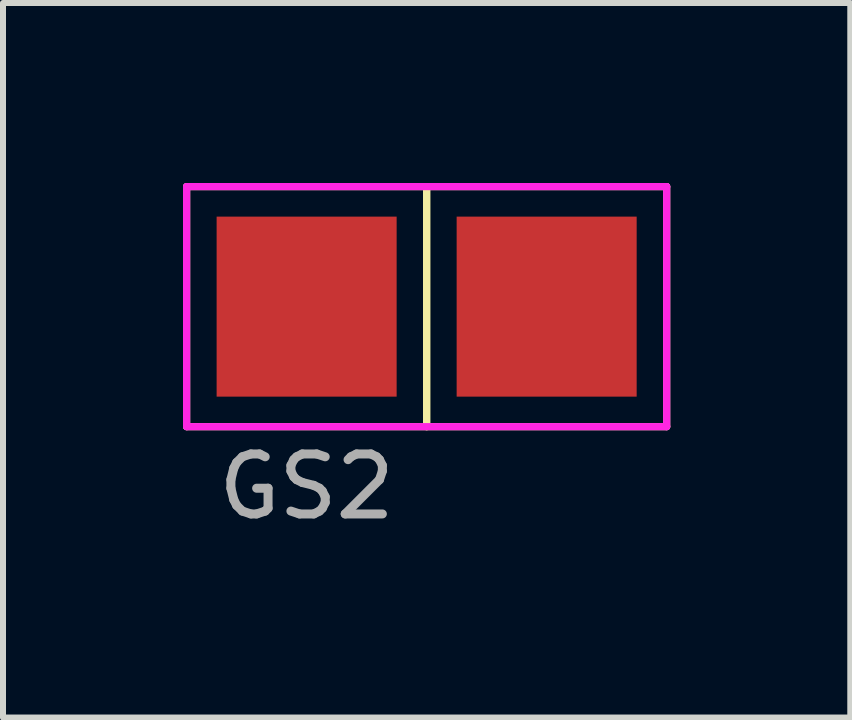
<source format=kicad_pcb>
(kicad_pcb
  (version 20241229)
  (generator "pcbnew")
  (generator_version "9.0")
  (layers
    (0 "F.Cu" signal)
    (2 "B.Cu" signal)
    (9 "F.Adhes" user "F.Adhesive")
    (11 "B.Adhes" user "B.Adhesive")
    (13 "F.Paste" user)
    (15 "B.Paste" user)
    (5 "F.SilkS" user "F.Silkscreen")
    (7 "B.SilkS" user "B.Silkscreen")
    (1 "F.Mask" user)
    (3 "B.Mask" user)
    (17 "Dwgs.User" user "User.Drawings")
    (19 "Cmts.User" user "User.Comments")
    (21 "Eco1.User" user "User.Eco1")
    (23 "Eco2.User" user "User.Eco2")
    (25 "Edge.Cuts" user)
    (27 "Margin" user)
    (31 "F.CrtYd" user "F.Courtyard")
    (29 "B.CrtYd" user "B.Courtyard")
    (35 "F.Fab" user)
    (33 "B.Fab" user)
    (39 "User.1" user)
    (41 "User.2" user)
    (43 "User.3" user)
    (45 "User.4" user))
  (footprint "GS2"
    (layer "F.Cu")
    (at 3.06 2.06)
    (property "Reference" "GS2" (at -1 3 0) (layer "F.Fab") (effects (font (size 1 1) (thickness 0.15))))
    (attr through_hole)
    (fp_line (start -3 -2) (end 1 -2) (stroke (width 0.12) (type solid)) (layer "F.SilkS"))
    (fp_line (start -3 2) (end -3 -2) (stroke (width 0.12) (type solid)) (layer "F.SilkS"))
    (fp_line (start 1 -2) (end 1 2) (stroke (width 0.12) (type solid)) (layer "F.SilkS"))
    (fp_line (start 1 -2) (end 1 2) (stroke (width 0.12) (type solid)) (layer "F.SilkS"))
    (fp_line (start 1 -2) (end 5 -2) (stroke (width 0.12) (type solid)) (layer "F.SilkS"))
    (fp_line (start 5 -2) (end 5 2) (stroke (width 0.12) (type solid)) (layer "F.SilkS"))
    (fp_line (start 5 2) (end -3 2) (stroke (width 0.12) (type solid)) (layer "F.SilkS"))
    (fp_line (start -3 -2) (end 5 -2) (stroke (width 0.12) (type solid)) (layer "F.CrtYd"))
    (fp_line (start -3 2) (end -3 -2) (stroke (width 0.12) (type solid)) (layer "F.CrtYd"))
    (fp_line (start 5 -2) (end 5 2) (stroke (width 0.12) (type solid)) (layer "F.CrtYd"))
    (fp_line (start 5 2) (end -3 2) (stroke (width 0.12) (type solid)) (layer "F.CrtYd"))
    (pad "1" smd rect (at -1 0) (size 3 3) (layers "F.Cu" "F.Mask" "F.Paste"))
    (pad "2" smd rect (at 3 0) (size 3 3) (layers "F.Cu" "F.Mask" "F.Paste")))
  (gr_rect
    (start -3 -3)
    (end 11.12 8.908)
    (stroke (width 0.1) (type default))
    (fill no)
    (layer "Edge.Cuts")))
</source>
